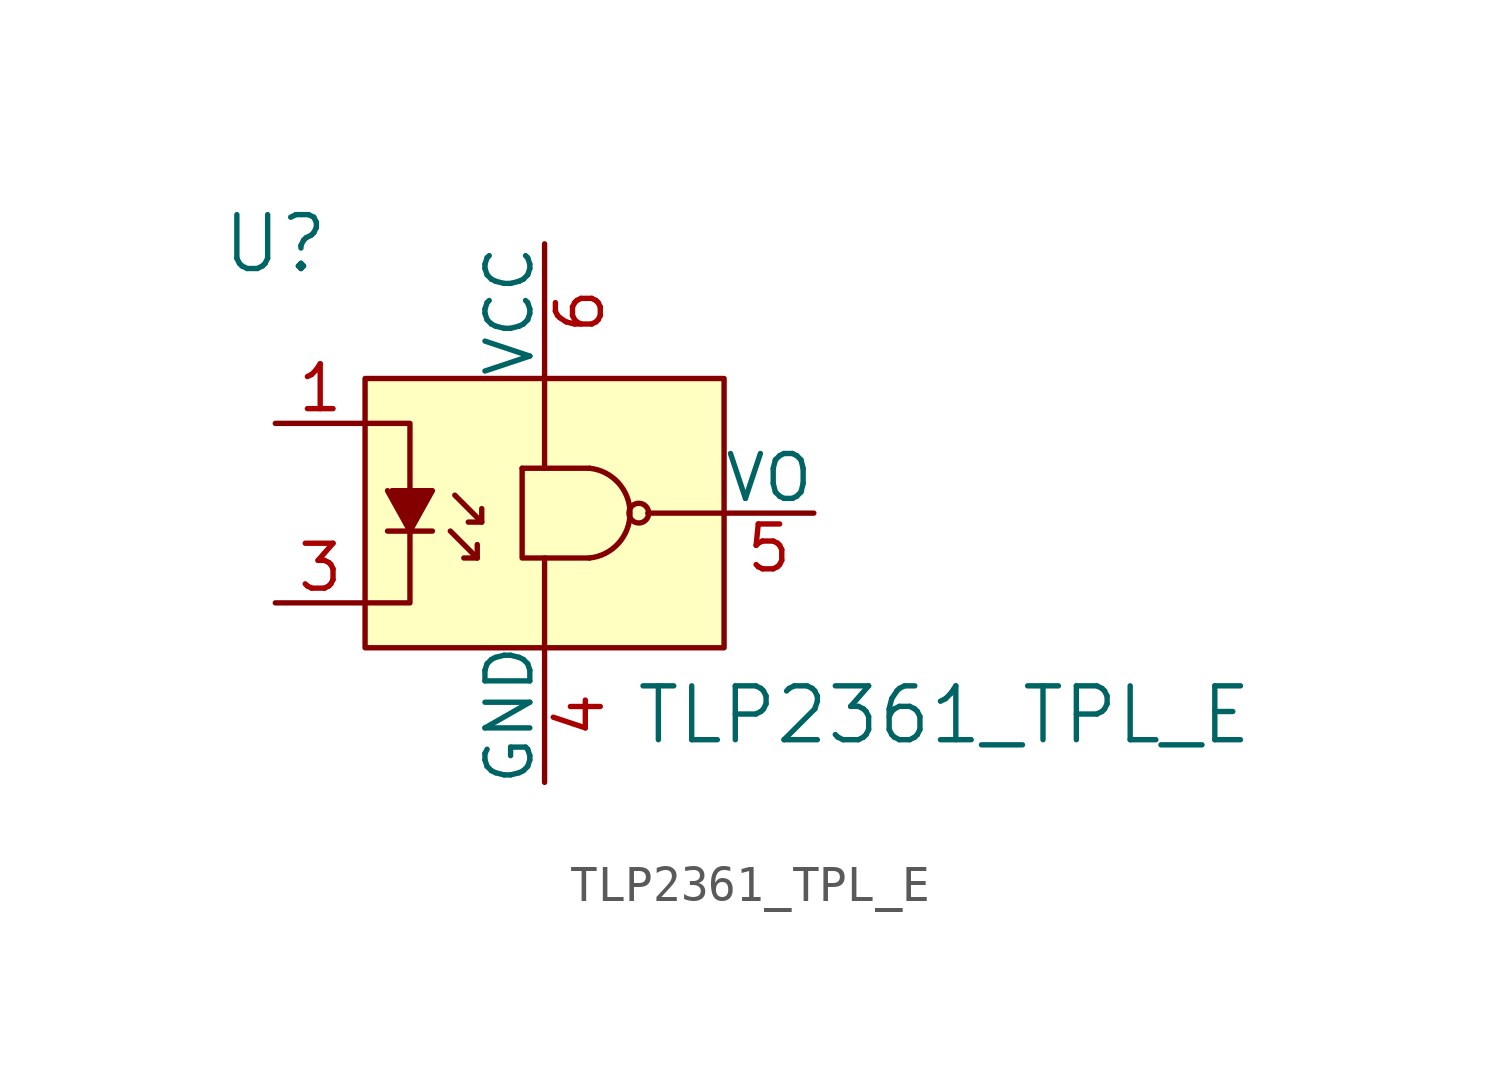
<source format=kicad_sym>
(kicad_symbol_lib
  (version 20201005)
  (generator kicad_symbol_editor)
  (symbol "TLP2361_TPL_E"
    (pin_names
      (offset 0))
    (property "Reference" "U"
      (at -7.62 7.62 0)
      (effects (font (size 1.524 1.524))))
    (property "Value" "TLP2361_TPL_E"
      (at 2.54 -5.715 0)
      (effects (font (size 1.524 1.524)) (justify left)))
    (symbol "TLP2361_TPL_E_0_1"
      (arc (start 1.27 1.27) (end 1.27 -1.27) (radius (at 1.143 0) (length 1.27) (angles 84.3 -84.3)) (stroke (width 0)) (fill (type none)))
      (circle (center 2.667 0) (radius 0.279) (stroke (width 0)) (fill (type none)))
      (rectangle (start -5.08 3.81) (end 5.08 -3.81) (stroke (width 0)) (fill (type background)))
      (polyline (pts (xy -4.445 -0.508) (xy -3.175 -0.508)) (stroke (width 0)) (fill (type none)))
      (polyline (pts (xy -1.905 -1.27) (xy -1.905 -0.889)) (stroke (width 0)) (fill (type none)))
      (polyline (pts (xy -1.778 -0.254) (xy -2.159 -0.254)) (stroke (width 0)) (fill (type none)))
      (polyline (pts (xy -0.635 1.27) (xy 1.27 1.27)) (stroke (width 0)) (fill (type none)))
      (polyline (pts (xy 0 -3.81) (xy 0 -1.27)) (stroke (width 0)) (fill (type none)))
      (polyline (pts (xy 0 3.81) (xy 0 1.27)) (stroke (width 0)) (fill (type none)))
      (polyline (pts (xy 2.921 0) (xy 5.08 0)) (stroke (width 0)) (fill (type none)))
      (polyline (pts (xy -5.08 -2.54) (xy -3.81 -2.54) (xy -3.81 -0.254)) (stroke (width 0)) (fill (type none)))
      (polyline (pts (xy -5.08 2.54) (xy -3.81 2.54) (xy -3.81 0.508)) (stroke (width 0)) (fill (type none)))
      (polyline (pts (xy -2.667 -0.508) (xy -1.905 -1.27) (xy -2.286 -1.27)) (stroke (width 0)) (fill (type none)))
      (polyline (pts (xy -2.54 0.508) (xy -1.778 -0.254) (xy -1.778 0.127)) (stroke (width 0)) (fill (type none)))
      (polyline (pts (xy -0.635 1.27) (xy -0.635 -1.27) (xy 1.27 -1.27)) (stroke (width 0)) (fill (type none)))
      (polyline (pts (xy -4.318 0.635) (xy -3.175 0.635) (xy -3.81 -0.508) (xy -4.445 0.635)) (stroke (width 0)) (fill (type outline))))
    (symbol "TLP2361_TPL_E_1_1"
      (pin passive line (at -7.62 2.54 0) (length 2.54) (name "~" (effects (font (size 1.27 1.27)))) (number "1" (effects (font (size 1.27 1.27)))))
      (pin passive line (at -7.62 -2.54 0) (length 2.54) (name "~" (effects (font (size 1.27 1.27)))) (number "3" (effects (font (size 1.27 1.27)))))
      (pin power_in line (at 0 -7.62 90) (length 3.81) (name "GND" (effects (font (size 1.27 1.27)))) (number "4" (effects (font (size 1.27 1.27)))))
      (pin output line (at 7.62 0 180) (length 2.54) (name "VO" (effects (font (size 1.27 1.27)))) (number "5" (effects (font (size 1.27 1.27)))))
      (pin power_in line (at 0 7.62 270) (length 3.81) (name "VCC" (effects (font (size 1.27 1.27)))) (number "6" (effects (font (size 1.27 1.27))))))))
</source>
